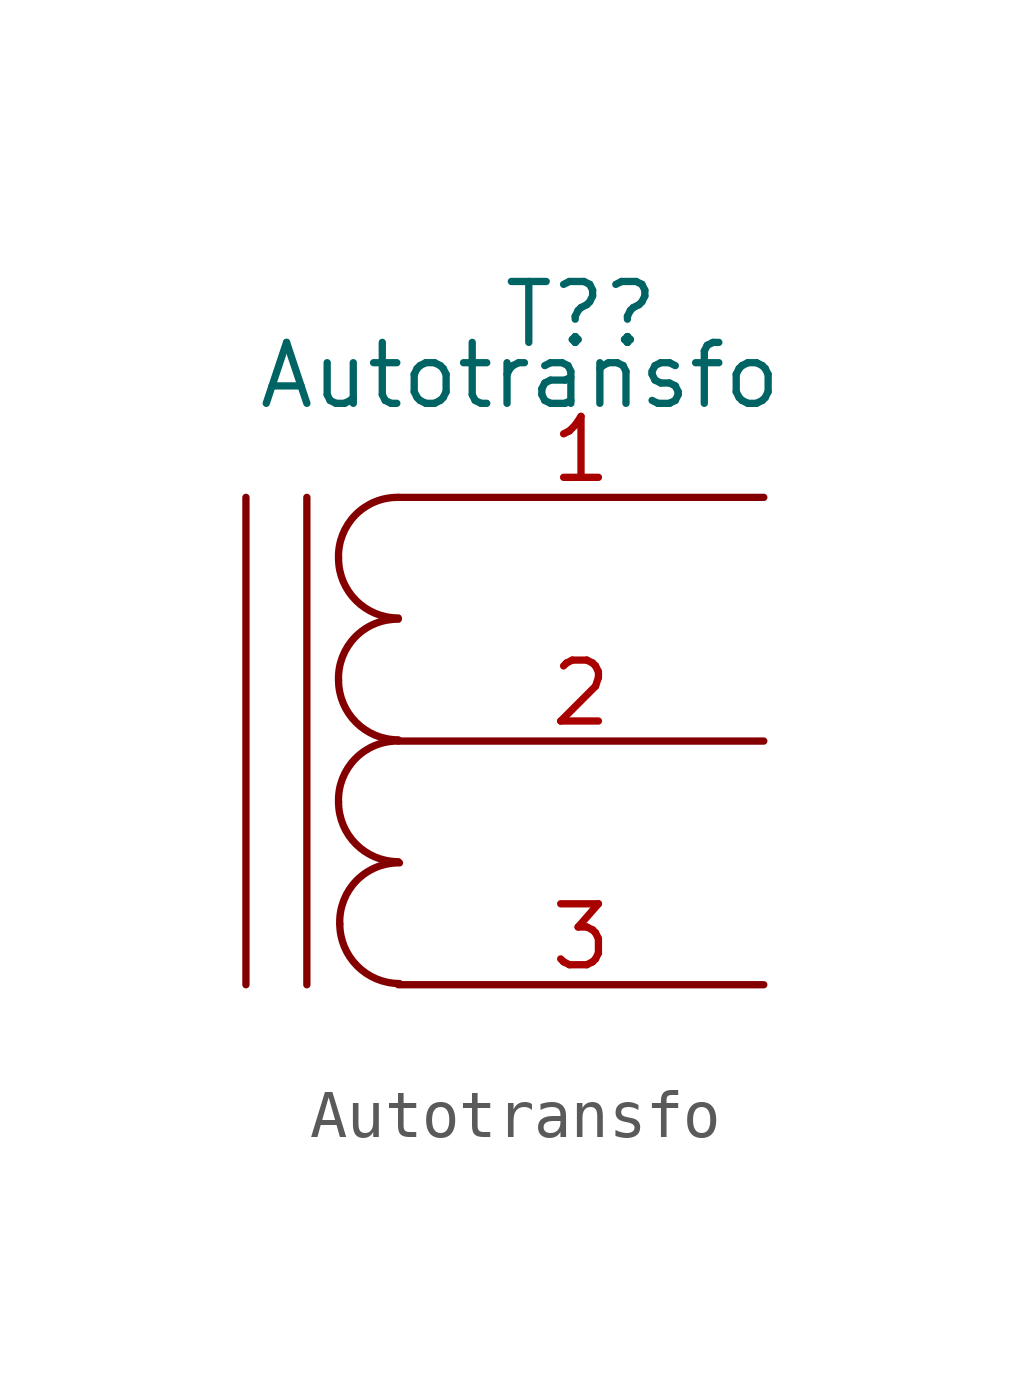
<source format=kicad_sym>
(kicad_symbol_lib
  (version 20211014)
  (generator kicad_symbol_editor)
  (symbol "Autotransfo"
    (pin_names
      (offset 1.016) hide)
    (property "Reference" "T?"
      (at 6.35 8.89 0)
      (effects (font (size 1.27 1.27))))
    (property "Value" "Autotransfo"
      (at 5.08 7.62 0)
      (effects (font (size 1.27 1.27))))
    (symbol "Autotransfo_0_1"
      (polyline (pts (xy -0.635 5.08) (xy -0.635 -5.08)) (stroke (width 0) (type default) (color 0 0 0 0)) (fill (type none)))
      (polyline (pts (xy 0.635 -5.08) (xy 0.635 5.08)) (stroke (width 0) (type default) (color 0 0 0 0)) (fill (type none)))
      (arc (start 1.2954 -1.27) (mid 1.6599 -2.1501) (end 2.54 -2.5146) (stroke (width 0) (type default) (color 0 0 0 0)) (fill (type none)))
      (arc (start 1.2954 1.27) (mid 1.6599 0.3899) (end 2.54 0.0254) (stroke (width 0) (type default) (color 0 0 0 0)) (fill (type none)))
      (arc (start 1.2954 3.81) (mid 1.6599 2.9299) (end 2.54 2.5654) (stroke (width 0) (type default) (color 0 0 0 0)) (fill (type none)))
      (arc (start 1.3208 -3.81) (mid 1.6853 -4.6901) (end 2.5654 -5.0546) (stroke (width 0) (type default) (color 0 0 0 0)) (fill (type none)))
      (arc (start 2.54 0) (mid 1.6456 -0.3683) (end 1.2954 -1.27) (stroke (width 0) (type default) (color 0 0 0 0)) (fill (type none)))
      (arc (start 2.54 2.54) (mid 1.6456 2.1717) (end 1.2954 1.27) (stroke (width 0) (type default) (color 0 0 0 0)) (fill (type none)))
      (arc (start 2.54 5.08) (mid 1.6456 4.7117) (end 1.2954 3.81) (stroke (width 0) (type default) (color 0 0 0 0)) (fill (type none)))
      (arc (start 2.5654 -2.54) (mid 1.671 -2.9083) (end 1.3208 -3.81) (stroke (width 0) (type default) (color 0 0 0 0)) (fill (type none))))
    (symbol "Autotransfo_1_1"
      (pin passive line (at 10.16 5.08 180) (length 7.62) (name "SA" (effects (font (size 1.27 1.27)))) (number "1" (effects (font (size 1.27 1.27)))))
      (pin passive line (at 10.16 0 180) (length 7.62) (name "SB" (effects (font (size 1.27 1.27)))) (number "2" (effects (font (size 1.27 1.27)))))
      (pin passive line (at 10.16 -5.08 180) (length 7.62) (name "SC" (effects (font (size 1.27 1.27)))) (number "3" (effects (font (size 1.27 1.27))))))))
</source>
